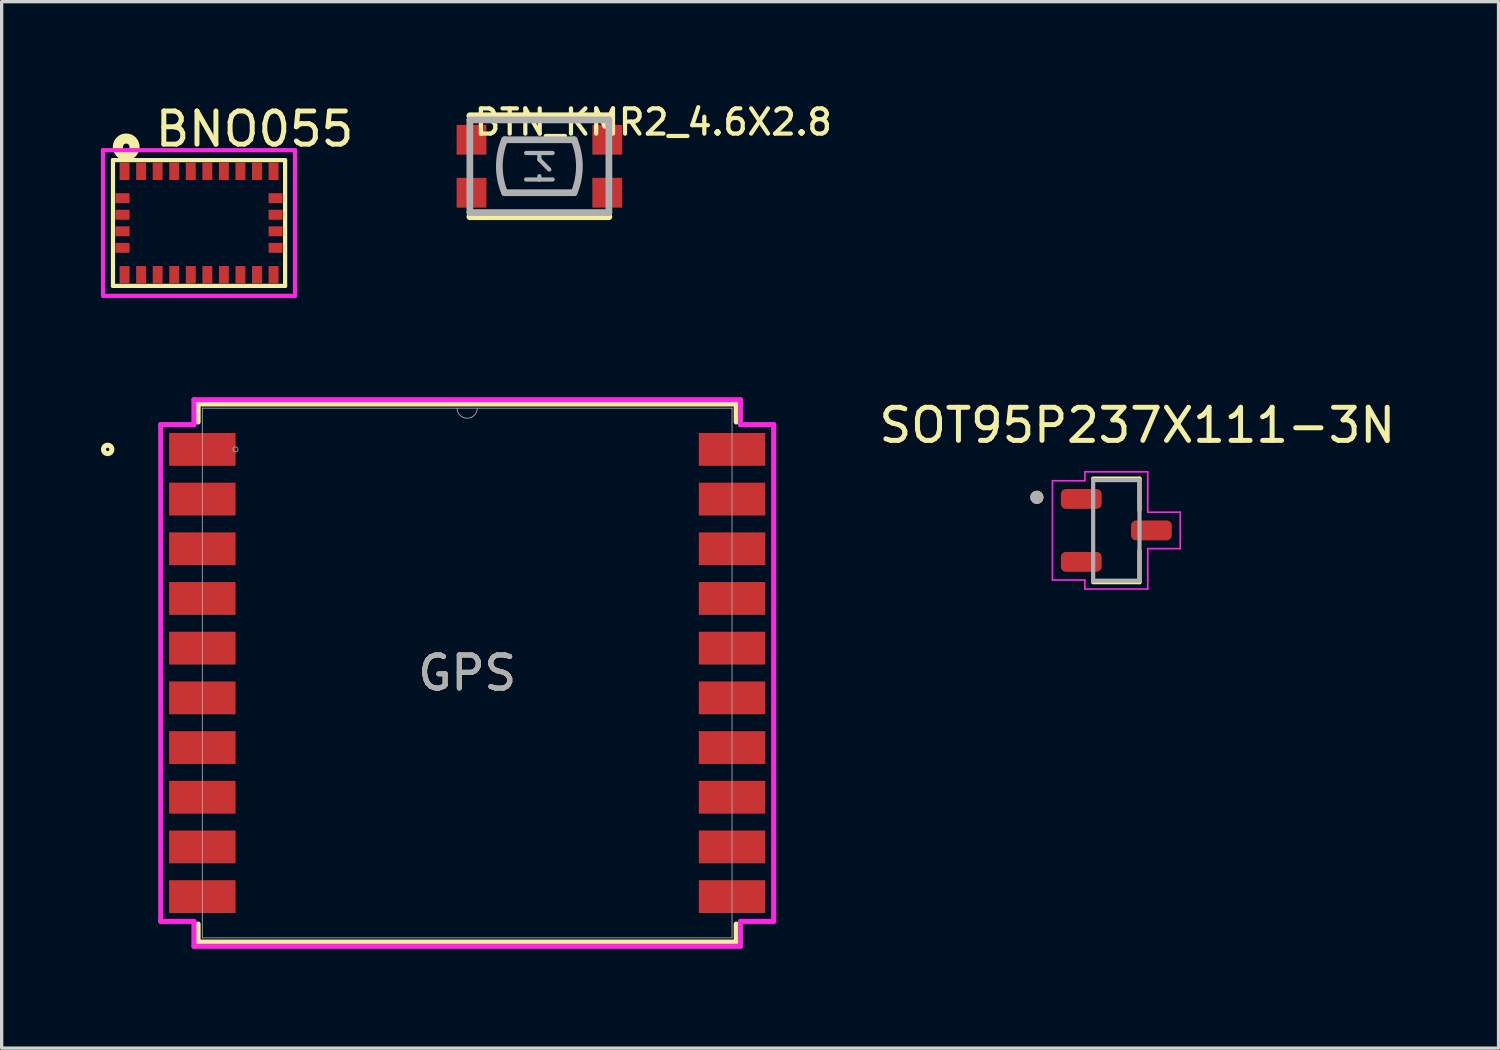
<source format=kicad_pcb>
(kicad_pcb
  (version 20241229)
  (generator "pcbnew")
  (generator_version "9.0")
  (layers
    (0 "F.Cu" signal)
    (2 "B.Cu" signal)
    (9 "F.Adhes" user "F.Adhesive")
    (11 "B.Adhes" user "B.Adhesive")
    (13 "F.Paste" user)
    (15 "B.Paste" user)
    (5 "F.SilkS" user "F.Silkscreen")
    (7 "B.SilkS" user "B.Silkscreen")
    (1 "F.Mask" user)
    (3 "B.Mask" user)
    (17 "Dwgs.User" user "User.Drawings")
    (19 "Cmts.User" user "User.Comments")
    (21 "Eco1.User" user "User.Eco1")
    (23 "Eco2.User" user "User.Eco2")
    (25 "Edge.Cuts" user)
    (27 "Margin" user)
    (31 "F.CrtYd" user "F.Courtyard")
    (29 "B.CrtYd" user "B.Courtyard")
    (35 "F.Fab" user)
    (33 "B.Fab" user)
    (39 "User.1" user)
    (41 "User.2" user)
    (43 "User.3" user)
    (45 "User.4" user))
  (footprint "GPS"
    (layer "F.Cu")
    (at 11.063 17.281)
    (property "Reference" "GPS" (at 0 0 0) (unlocked yes) (layer "F.SilkS") (effects (font (size 1 1) (thickness 0.15))))
    (attr smd)
    (fp_line (start -8.128 -8.128) (end -8.128 -7.583) (stroke (width 0.152) (type solid)) (layer "F.SilkS"))
    (fp_line (start -8.128 7.583) (end -8.128 8.128) (stroke (width 0.152) (type solid)) (layer "F.SilkS"))
    (fp_line (start -8.128 8.128) (end 8.128 8.128) (stroke (width 0.152) (type solid)) (layer "F.SilkS"))
    (fp_line (start 8.128 -8.128) (end -8.128 -8.128) (stroke (width 0.152) (type solid)) (layer "F.SilkS"))
    (fp_line (start 8.128 -7.583) (end 8.128 -8.128) (stroke (width 0.152) (type solid)) (layer "F.SilkS"))
    (fp_line (start 8.128 8.128) (end 8.128 7.583) (stroke (width 0.152) (type solid)) (layer "F.SilkS"))
    (fp_circle (center -10.86 -6.755) (end -10.733 -6.755) (stroke (width 0.152) (type solid)) (fill no) (layer "F.SilkS"))
    (fp_poly (pts (xy 0.648 -0.451) (xy 0.636 -0.568) (xy 0.602 -0.68) (xy 0.547 -0.783) (xy 0.473 -0.873) (xy 0.382 -0.947) (xy 0.279 -1.003) (xy 0.167 -1.037) (xy 0.051 -1.048) (xy -0.066 -1.037) (xy -0.178 -1.003) (xy -0.281 -0.947) (xy -0.371 -0.873) (xy -0.446 -0.783) (xy -0.501 -0.68) (xy -0.535 -0.568) (xy -0.546 -0.451) (xy -0.535 -0.335) (xy -0.501 -0.223) (xy -0.446 -0.119) (xy -0.371 -0.029) (xy -0.281 0.045) (xy -0.178 0.1) (xy -0.066 0.134) (xy 0.051 0.146) (xy 0.167 0.134) (xy 0.279 0.1) (xy 0.382 0.045) (xy 0.473 -0.029) (xy 0.547 -0.119) (xy 0.602 -0.223) (xy 0.636 -0.335)) (stroke (width 0.1) (type solid)) (fill no) (layer "Eco2.User"))
    (fp_line (start -9.258 -7.504) (end -8.255 -7.504) (stroke (width 0.152) (type solid)) (layer "F.CrtYd"))
    (fp_line (start -9.258 7.504) (end -9.258 -7.504) (stroke (width 0.152) (type solid)) (layer "F.CrtYd"))
    (fp_line (start -9.258 7.504) (end -8.255 7.504) (stroke (width 0.152) (type solid)) (layer "F.CrtYd"))
    (fp_line (start -8.255 -8.255) (end 8.255 -8.255) (stroke (width 0.152) (type solid)) (layer "F.CrtYd"))
    (fp_line (start -8.255 -7.504) (end -8.255 -8.255) (stroke (width 0.152) (type solid)) (layer "F.CrtYd"))
    (fp_line (start -8.255 8.255) (end -8.255 7.504) (stroke (width 0.152) (type solid)) (layer "F.CrtYd"))
    (fp_line (start 8.255 -8.255) (end 8.255 -7.504) (stroke (width 0.152) (type solid)) (layer "F.CrtYd"))
    (fp_line (start 8.255 7.504) (end 8.255 8.255) (stroke (width 0.152) (type solid)) (layer "F.CrtYd"))
    (fp_line (start 8.255 8.255) (end -8.255 8.255) (stroke (width 0.152) (type solid)) (layer "F.CrtYd"))
    (fp_line (start 9.258 -7.504) (end 8.255 -7.504) (stroke (width 0.152) (type solid)) (layer "F.CrtYd"))
    (fp_line (start 9.258 -7.504) (end 9.258 7.504) (stroke (width 0.152) (type solid)) (layer "F.CrtYd"))
    (fp_line (start 9.258 7.504) (end 8.255 7.504) (stroke (width 0.152) (type solid)) (layer "F.CrtYd"))
    (fp_line (start -8.001 -8.001) (end -8.001 8.001) (stroke (width 0.025) (type solid)) (layer "F.Fab"))
    (fp_line (start -8.001 8.001) (end 8.001 8.001) (stroke (width 0.025) (type solid)) (layer "F.Fab"))
    (fp_line (start 8.001 -8.001) (end -8.001 -8.001) (stroke (width 0.025) (type solid)) (layer "F.Fab"))
    (fp_line (start 8.001 8.001) (end 8.001 -8.001) (stroke (width 0.025) (type solid)) (layer "F.Fab"))
    (fp_arc (start 0.3048 -8.001) (mid 0 -7.6962) (end -0.3048 -8.001) (stroke (width 0.0254) (type solid)) (layer "F.Fab"))
    (fp_circle (center -6.998 -6.755) (end -6.921 -6.755) (stroke (width 0.025) (type solid)) (fill no) (layer "F.Fab"))
    (fp_text user "${REFERENCE}" (at 0 0 0) (unlocked yes) (layer "F.Fab") (effects (font (size 1 1) (thickness 0.15))))
    (pad "1" smd rect (at -8.001 -6.755) (size 2.007 0.991) (layers "F.Cu" "F.Mask" "F.Paste"))
    (pad "2" smd rect (at -8.001 -5.254) (size 2.007 0.991) (layers "F.Cu" "F.Mask" "F.Paste"))
    (pad "3" smd rect (at -8.001 -3.753) (size 2.007 0.991) (layers "F.Cu" "F.Mask" "F.Paste"))
    (pad "4" smd rect (at -8.001 -2.252) (size 2.007 0.991) (layers "F.Cu" "F.Mask" "F.Paste"))
    (pad "5" smd rect (at -8.001 -0.751) (size 2.007 0.991) (layers "F.Cu" "F.Mask" "F.Paste"))
    (pad "6" smd rect (at -8.001 0.751) (size 2.007 0.991) (layers "F.Cu" "F.Mask" "F.Paste"))
    (pad "7" smd rect (at -8.001 2.252) (size 2.007 0.991) (layers "F.Cu" "F.Mask" "F.Paste"))
    (pad "8" smd rect (at -8.001 3.753) (size 2.007 0.991) (layers "F.Cu" "F.Mask" "F.Paste"))
    (pad "9" smd rect (at -8.001 5.254) (size 2.007 0.991) (layers "F.Cu" "F.Mask" "F.Paste"))
    (pad "10" smd rect (at -8.001 6.755) (size 2.007 0.991) (layers "F.Cu" "F.Mask" "F.Paste"))
    (pad "11" smd rect (at 8.001 6.755) (size 2.007 0.991) (layers "F.Cu" "F.Mask" "F.Paste"))
    (pad "12" smd rect (at 8.001 5.254) (size 2.007 0.991) (layers "F.Cu" "F.Mask" "F.Paste"))
    (pad "13" smd rect (at 8.001 3.753) (size 2.007 0.991) (layers "F.Cu" "F.Mask" "F.Paste"))
    (pad "14" smd rect (at 8.001 2.252) (size 2.007 0.991) (layers "F.Cu" "F.Mask" "F.Paste"))
    (pad "15" smd rect (at 8.001 0.751) (size 2.007 0.991) (layers "F.Cu" "F.Mask" "F.Paste"))
    (pad "16" smd rect (at 8.001 -0.751) (size 2.007 0.991) (layers "F.Cu" "F.Mask" "F.Paste"))
    (pad "17" smd rect (at 8.001 -2.252) (size 2.007 0.991) (layers "F.Cu" "F.Mask" "F.Paste"))
    (pad "18" smd rect (at 8.001 -3.753) (size 2.007 0.991) (layers "F.Cu" "F.Mask" "F.Paste"))
    (pad "19" smd rect (at 8.001 -5.254) (size 2.007 0.991) (layers "F.Cu" "F.Mask" "F.Paste"))
    (pad "20" smd rect (at 8.001 -6.755) (size 2.007 0.991) (layers "F.Cu" "F.Mask" "F.Paste")))
  (footprint "SOT95P237X111-3N"
    (layer "F.Cu")
    (at 30.673 12.973)
    (property "Reference" "SOT95P237X111-3N" (at 0.635 -3.175 0) (layer "F.SilkS") (effects (font (size 1 1) (thickness 0.15))))
    (attr smd)
    (fp_line (start 0.7 -1.564) (end -0.7 -1.564) (stroke (width 0.127) (type solid)) (layer "F.SilkS"))
    (fp_line (start 0.7 -0.614) (end 0.7 -1.564) (stroke (width 0.127) (type solid)) (layer "F.SilkS"))
    (fp_line (start 0.7 0.614) (end 0.7 1.564) (stroke (width 0.127) (type solid)) (layer "F.SilkS"))
    (fp_line (start 0.7 1.564) (end -0.7 1.564) (stroke (width 0.127) (type solid)) (layer "F.SilkS"))
    (fp_circle (center -2.4 -1) (end -2.3 -1) (stroke (width 0.2) (type solid)) (fill no) (layer "F.SilkS"))
    (fp_line (start -1.93 -1.5) (end -0.95 -1.5) (stroke (width 0.05) (type solid)) (layer "F.CrtYd"))
    (fp_line (start -1.93 1.5) (end -1.93 -1.5) (stroke (width 0.05) (type solid)) (layer "F.CrtYd"))
    (fp_line (start -0.95 -1.77) (end 0.95 -1.77) (stroke (width 0.05) (type solid)) (layer "F.CrtYd"))
    (fp_line (start -0.95 -1.5) (end -0.95 -1.77) (stroke (width 0.05) (type solid)) (layer "F.CrtYd"))
    (fp_line (start -0.95 1.5) (end -1.93 1.5) (stroke (width 0.05) (type solid)) (layer "F.CrtYd"))
    (fp_line (start -0.95 1.77) (end -0.95 1.5) (stroke (width 0.05) (type solid)) (layer "F.CrtYd"))
    (fp_line (start 0.95 -1.77) (end 0.95 -0.55) (stroke (width 0.05) (type solid)) (layer "F.CrtYd"))
    (fp_line (start 0.95 -0.55) (end 1.93 -0.55) (stroke (width 0.05) (type solid)) (layer "F.CrtYd"))
    (fp_line (start 0.95 0.55) (end 0.95 1.77) (stroke (width 0.05) (type solid)) (layer "F.CrtYd"))
    (fp_line (start 0.95 1.77) (end -0.95 1.77) (stroke (width 0.05) (type solid)) (layer "F.CrtYd"))
    (fp_line (start 1.93 -0.55) (end 1.93 0.55) (stroke (width 0.05) (type solid)) (layer "F.CrtYd"))
    (fp_line (start 1.93 0.55) (end 0.95 0.55) (stroke (width 0.05) (type solid)) (layer "F.CrtYd"))
    (fp_line (start -0.7 -1.52) (end 0.7 -1.52) (stroke (width 0.127) (type solid)) (layer "F.Fab"))
    (fp_line (start -0.7 1.52) (end -0.7 -1.52) (stroke (width 0.127) (type solid)) (layer "F.Fab"))
    (fp_line (start 0.7 -1.52) (end 0.7 1.52) (stroke (width 0.127) (type solid)) (layer "F.Fab"))
    (fp_line (start 0.7 1.52) (end -0.7 1.52) (stroke (width 0.127) (type solid)) (layer "F.Fab"))
    (fp_circle (center -2.4 -1) (end -2.3 -1) (stroke (width 0.2) (type solid)) (fill no) (layer "F.Fab"))
    (pad "1" smd roundrect (at -1.06 -0.95) (size 1.23 0.6) (layers "F.Cu" "F.Mask" "F.Paste") (roundrect_rratio 0.25))
    (pad "2" smd roundrect (at -1.06 0.95) (size 1.23 0.6) (layers "F.Cu" "F.Mask" "F.Paste") (roundrect_rratio 0.25))
    (pad "3" smd roundrect (at 1.06 0) (size 1.23 0.6) (layers "F.Cu" "F.Mask" "F.Paste") (roundrect_rratio 0.25)))
  (footprint "BNO055"
    (layer "F.Cu")
    (at 2.963 3.687)
    (property "Reference" "BNO055" (at 1.677 -2.838 0) (layer "F.SilkS") (effects (font (size 1.001 1.001) (thickness 0.15))))
    (attr smd)
    (fp_line (start -2.6 -1.9) (end -2.6 1.9) (stroke (width 0.127) (type solid)) (layer "F.SilkS"))
    (fp_line (start -2.6 1.9) (end 2.6 1.9) (stroke (width 0.127) (type solid)) (layer "F.SilkS"))
    (fp_line (start 2.6 -1.9) (end -2.6 -1.9) (stroke (width 0.127) (type solid)) (layer "F.SilkS"))
    (fp_line (start 2.6 1.9) (end 2.6 -1.9) (stroke (width 0.127) (type solid)) (layer "F.SilkS"))
    (fp_circle (center -2.2 -2.3) (end -2.1 -2.3) (stroke (width 0.305) (type solid)) (fill no) (layer "F.SilkS"))
    (fp_line (start -2.9 -2.2) (end 2.9 -2.2) (stroke (width 0.127) (type solid)) (layer "F.CrtYd"))
    (fp_line (start -2.9 2.2) (end -2.9 -2.2) (stroke (width 0.127) (type solid)) (layer "F.CrtYd"))
    (fp_line (start 2.9 -2.2) (end 2.9 2.2) (stroke (width 0.127) (type solid)) (layer "F.CrtYd"))
    (fp_line (start 2.9 2.2) (end -2.9 2.2) (stroke (width 0.127) (type solid)) (layer "F.CrtYd"))
    (pad "1" smd rect (at -2.25 -1.562) (size 0.3 0.525) (layers "F.Cu" "F.Mask" "F.Paste"))
    (pad "2" smd rect (at -2.312 -0.75) (size 0.425 0.3) (layers "F.Cu" "F.Mask" "F.Paste"))
    (pad "3" smd rect (at -2.312 -0.25) (size 0.425 0.3) (layers "F.Cu" "F.Mask" "F.Paste"))
    (pad "4" smd rect (at -2.312 0.25) (size 0.425 0.3) (layers "F.Cu" "F.Mask" "F.Paste"))
    (pad "5" smd rect (at -2.312 0.75) (size 0.425 0.3) (layers "F.Cu" "F.Mask" "F.Paste"))
    (pad "6" smd rect (at -2.25 1.562) (size 0.3 0.525) (layers "F.Cu" "F.Mask" "F.Paste"))
    (pad "7" smd rect (at -1.75 1.562) (size 0.3 0.525) (layers "F.Cu" "F.Mask" "F.Paste"))
    (pad "8" smd rect (at -1.25 1.562) (size 0.3 0.525) (layers "F.Cu" "F.Mask" "F.Paste"))
    (pad "9" smd rect (at -0.75 1.562) (size 0.3 0.525) (layers "F.Cu" "F.Mask" "F.Paste"))
    (pad "10" smd rect (at -0.25 1.562) (size 0.3 0.525) (layers "F.Cu" "F.Mask" "F.Paste"))
    (pad "11" smd rect (at 0.25 1.562) (size 0.3 0.525) (layers "F.Cu" "F.Mask" "F.Paste"))
    (pad "12" smd rect (at 0.75 1.562) (size 0.3 0.525) (layers "F.Cu" "F.Mask" "F.Paste"))
    (pad "13" smd rect (at 1.25 1.562) (size 0.3 0.525) (layers "F.Cu" "F.Mask" "F.Paste"))
    (pad "14" smd rect (at 1.75 1.562) (size 0.3 0.525) (layers "F.Cu" "F.Mask" "F.Paste"))
    (pad "15" smd rect (at 2.25 1.562) (size 0.3 0.525) (layers "F.Cu" "F.Mask" "F.Paste"))
    (pad "16" smd rect (at 2.312 0.75) (size 0.425 0.3) (layers "F.Cu" "F.Mask" "F.Paste"))
    (pad "17" smd rect (at 2.312 0.25) (size 0.425 0.3) (layers "F.Cu" "F.Mask" "F.Paste"))
    (pad "18" smd rect (at 2.312 -0.25) (size 0.425 0.3) (layers "F.Cu" "F.Mask" "F.Paste"))
    (pad "19" smd rect (at 2.312 -0.75) (size 0.425 0.3) (layers "F.Cu" "F.Mask" "F.Paste"))
    (pad "20" smd rect (at 2.25 -1.562) (size 0.3 0.525) (layers "F.Cu" "F.Mask" "F.Paste"))
    (pad "21" smd rect (at 1.75 -1.562) (size 0.3 0.525) (layers "F.Cu" "F.Mask" "F.Paste"))
    (pad "22" smd rect (at 1.25 -1.562) (size 0.3 0.525) (layers "F.Cu" "F.Mask" "F.Paste"))
    (pad "23" smd rect (at 0.75 -1.562) (size 0.3 0.525) (layers "F.Cu" "F.Mask" "F.Paste"))
    (pad "24" smd rect (at 0.25 -1.562) (size 0.3 0.525) (layers "F.Cu" "F.Mask" "F.Paste"))
    (pad "25" smd rect (at -0.25 -1.562) (size 0.3 0.525) (layers "F.Cu" "F.Mask" "F.Paste"))
    (pad "26" smd rect (at -0.75 -1.562) (size 0.3 0.525) (layers "F.Cu" "F.Mask" "F.Paste"))
    (pad "27" smd rect (at -1.25 -1.562) (size 0.3 0.525) (layers "F.Cu" "F.Mask" "F.Paste"))
    (pad "28" smd rect (at -1.75 -1.562) (size 0.3 0.525) (layers "F.Cu" "F.Mask" "F.Paste")))
  (footprint "BTN_KMR2_4.6X2.8"
    (layer "F.Cu")
    (at 13.244 1.972)
    (property "Reference" "BTN_KMR2_4.6X2.8" (at -2.032 -1.778 180) (layer "F.SilkS") (effects (font (size 0.762 0.762) (thickness 0.127)) (justify left top)))
    (attr smd)
    (fp_line (start -2.1 -1.525) (end 2.1 -1.525) (stroke (width 0.203) (type solid)) (layer "F.SilkS"))
    (fp_line (start 2.1 1.525) (end -2.1 1.525) (stroke (width 0.203) (type solid)) (layer "F.SilkS"))
    (fp_line (start -2.1 -1.4) (end 2.1 -1.4) (stroke (width 0.203) (type solid)) (layer "F.Fab"))
    (fp_line (start -2.1 1.4) (end -2.1 -1.4) (stroke (width 0.203) (type solid)) (layer "F.Fab"))
    (fp_line (start -1.05 -0.8) (end 1.05 -0.8) (stroke (width 0.203) (type solid)) (layer "F.Fab"))
    (fp_line (start -0.4 -0.4) (end 0 -0.4) (stroke (width 0.127) (type solid)) (layer "F.Fab"))
    (fp_line (start -0.4 0.4) (end 0 0.4) (stroke (width 0.127) (type solid)) (layer "F.Fab"))
    (fp_line (start 0 -0.4) (end 0 -0.2) (stroke (width 0.127) (type solid)) (layer "F.Fab"))
    (fp_line (start 0 -0.4) (end 0.4 -0.4) (stroke (width 0.127) (type solid)) (layer "F.Fab"))
    (fp_line (start 0 -0.2) (end 0.3 0.1) (stroke (width 0.127) (type solid)) (layer "F.Fab"))
    (fp_line (start 0 0.4) (end 0 0.3) (stroke (width 0.127) (type solid)) (layer "F.Fab"))
    (fp_line (start 0 0.4) (end 0.4 0.4) (stroke (width 0.127) (type solid)) (layer "F.Fab"))
    (fp_line (start 1.05 0.8) (end -1.05 0.8) (stroke (width 0.203) (type solid)) (layer "F.Fab"))
    (fp_line (start 2.1 -1.4) (end 2.1 1.4) (stroke (width 0.203) (type solid)) (layer "F.Fab"))
    (fp_line (start 2.1 1.4) (end -2.1 1.4) (stroke (width 0.203) (type solid)) (layer "F.Fab"))
    (fp_arc (start -1.05 0.8) (mid -1.209128 0) (end -1.05 -0.799999) (stroke (width 0.2032) (type solid)) (layer "F.Fab"))
    (fp_arc (start 1.05 -0.8) (mid 1.209128 0) (end 1.05 0.799999) (stroke (width 0.2032) (type solid)) (layer "F.Fab"))
    (pad "A" smd rect (at 2.05 -0.8) (size 0.9 0.9) (layers "F.Cu" "F.Mask" "F.Paste"))
    (pad "A'" smd rect (at -2.05 -0.8) (size 0.9 0.9) (layers "F.Cu" "F.Mask" "F.Paste"))
    (pad "B" smd rect (at 2.05 0.8) (size 0.9 0.9) (layers "F.Cu" "F.Mask" "F.Paste"))
    (pad "B'" smd rect (at -2.05 0.8) (size 0.9 0.9) (layers "F.Cu" "F.Mask" "F.Paste")))
  (gr_rect
    (start -3 -3)
    (end 42.219 28.613)
    (stroke (width 0.1) (type default))
    (fill no)
    (layer "Edge.Cuts")))
</source>
